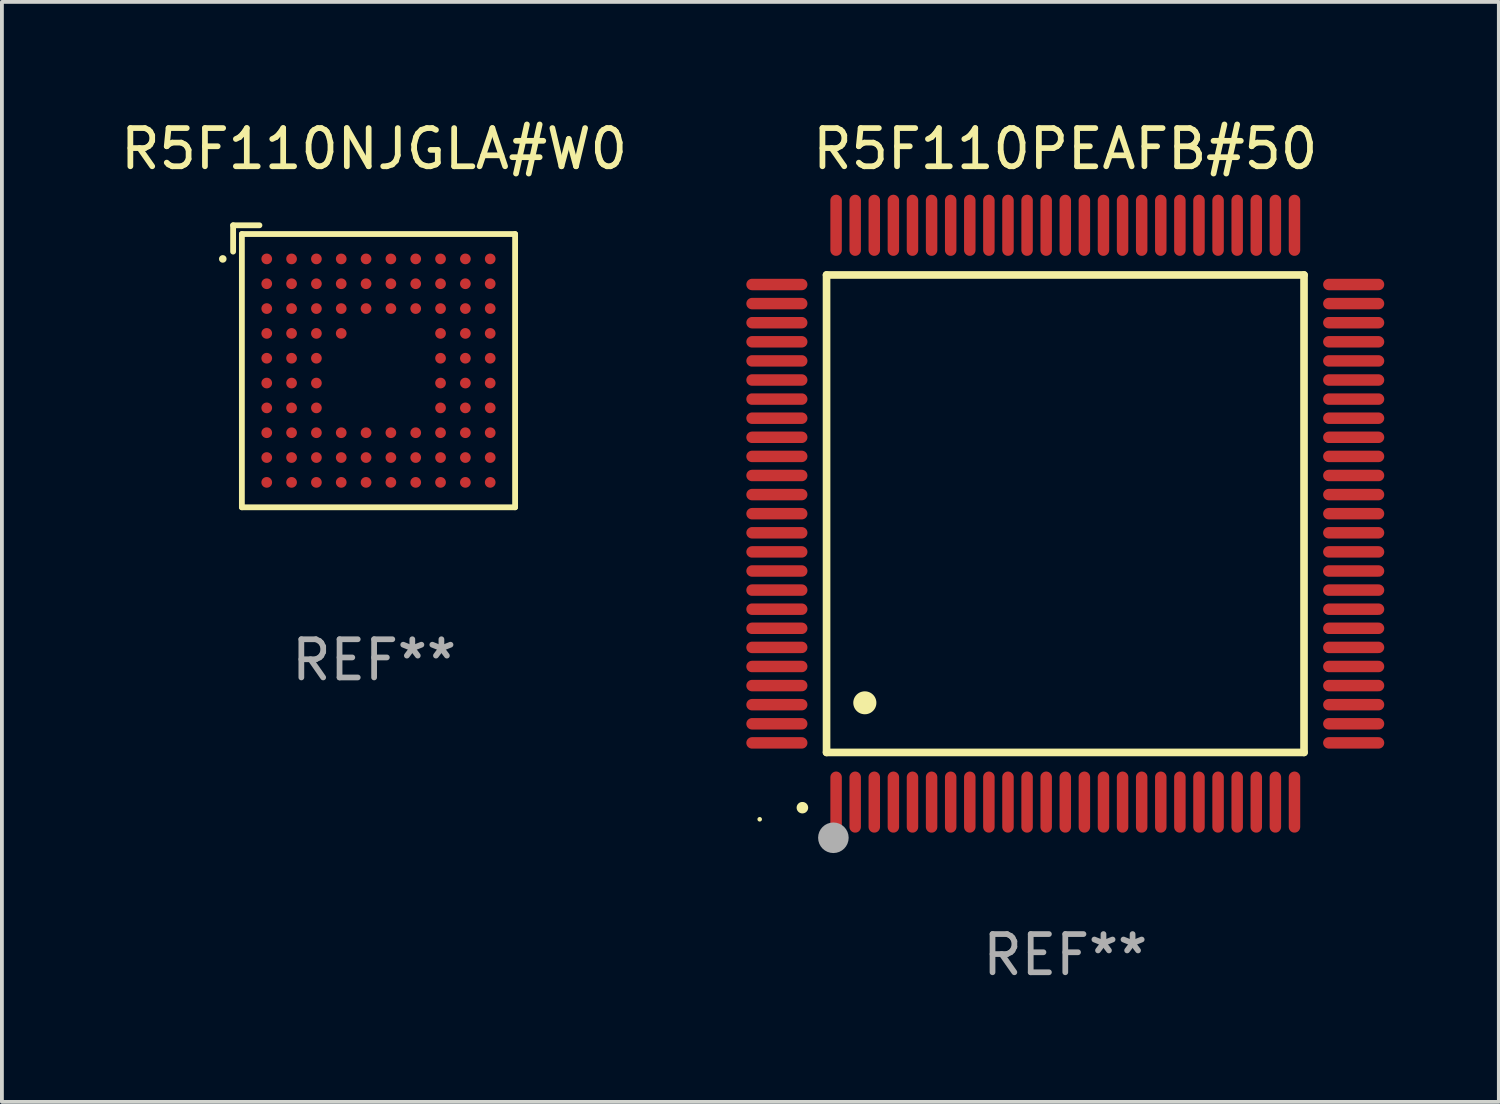
<source format=kicad_pcb>
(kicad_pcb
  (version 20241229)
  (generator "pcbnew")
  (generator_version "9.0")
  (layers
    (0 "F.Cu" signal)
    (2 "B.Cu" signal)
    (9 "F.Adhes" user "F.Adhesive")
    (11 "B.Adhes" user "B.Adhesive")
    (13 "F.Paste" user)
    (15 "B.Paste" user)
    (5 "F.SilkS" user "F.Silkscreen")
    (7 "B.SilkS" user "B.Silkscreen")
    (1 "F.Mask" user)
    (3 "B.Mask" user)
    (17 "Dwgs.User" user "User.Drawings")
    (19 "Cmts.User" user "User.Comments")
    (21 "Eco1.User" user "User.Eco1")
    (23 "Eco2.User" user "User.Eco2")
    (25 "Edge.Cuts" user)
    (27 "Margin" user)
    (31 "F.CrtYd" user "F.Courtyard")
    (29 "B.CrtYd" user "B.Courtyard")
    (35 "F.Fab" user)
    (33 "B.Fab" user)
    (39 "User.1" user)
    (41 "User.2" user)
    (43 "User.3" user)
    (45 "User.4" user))
  (footprint "R5F110PEAFB#50"
    (layer "F.Cu")
    (at 24.838 10.398)
    (property "Reference" "R5F110PEAFB#50" (at 0 -9.55 0) (layer "F.SilkS") (effects (font (size 1 1) (thickness 0.15))))
    (attr through_hole)
    (fp_line (start -6.25 -6.25) (end -6.25 6.25) (stroke (width 0.2) (type solid)) (layer "F.SilkS"))
    (fp_line (start -6.25 6.25) (end 6.25 6.25) (stroke (width 0.2) (type solid)) (layer "F.SilkS"))
    (fp_line (start 6.25 -6.25) (end -6.25 -6.25) (stroke (width 0.2) (type solid)) (layer "F.SilkS"))
    (fp_line (start 6.25 6.25) (end 6.25 -6.25) (stroke (width 0.2) (type solid)) (layer "F.SilkS"))
    (fp_arc (start -6.883414 7.696215) (mid -6.882144 7.69621) (end -6.880874 7.696215) (stroke (width 0.3) (type solid)) (layer "F.SilkS"))
    (fp_arc (start -5.250191 4.95047) (mid -5.247651 4.950459) (end -5.245111 4.95047) (stroke (width 0.6) (type solid)) (layer "F.SilkS"))
    (fp_circle (center -8 8) (end -7.97 8) (stroke (width 0.06) (type solid)) (fill no) (layer "F.SilkS"))
    (fp_circle (center -6.071 8.484) (end -5.871 8.484) (stroke (width 0.4) (type solid)) (fill no) (layer "F.Fab"))
    (fp_text user "REF**" (at 0 11.55 0) (layer "F.Fab") (effects (font (size 1 1) (thickness 0.15))))
    (pad "1" smd oval (at -6 7.55) (size 0.3 1.6) (layers "F.Cu" "F.Mask" "F.Paste"))
    (pad "2" smd oval (at -5.5 7.55) (size 0.3 1.6) (layers "F.Cu" "F.Mask" "F.Paste"))
    (pad "3" smd oval (at -5 7.55) (size 0.3 1.6) (layers "F.Cu" "F.Mask" "F.Paste"))
    (pad "4" smd oval (at -4.5 7.55) (size 0.3 1.6) (layers "F.Cu" "F.Mask" "F.Paste"))
    (pad "5" smd oval (at -4 7.55) (size 0.3 1.6) (layers "F.Cu" "F.Mask" "F.Paste"))
    (pad "6" smd oval (at -3.5 7.55) (size 0.3 1.6) (layers "F.Cu" "F.Mask" "F.Paste"))
    (pad "7" smd oval (at -3 7.55) (size 0.3 1.6) (layers "F.Cu" "F.Mask" "F.Paste"))
    (pad "8" smd oval (at -2.5 7.55) (size 0.3 1.6) (layers "F.Cu" "F.Mask" "F.Paste"))
    (pad "9" smd oval (at -2 7.55) (size 0.3 1.6) (layers "F.Cu" "F.Mask" "F.Paste"))
    (pad "10" smd oval (at -1.5 7.55) (size 0.3 1.6) (layers "F.Cu" "F.Mask" "F.Paste"))
    (pad "11" smd oval (at -1 7.55) (size 0.3 1.6) (layers "F.Cu" "F.Mask" "F.Paste"))
    (pad "12" smd oval (at -0.5 7.55) (size 0.3 1.6) (layers "F.Cu" "F.Mask" "F.Paste"))
    (pad "13" smd oval (at 0 7.55) (size 0.3 1.6) (layers "F.Cu" "F.Mask" "F.Paste"))
    (pad "14" smd oval (at 0.5 7.55) (size 0.3 1.6) (layers "F.Cu" "F.Mask" "F.Paste"))
    (pad "15" smd oval (at 1 7.55) (size 0.3 1.6) (layers "F.Cu" "F.Mask" "F.Paste"))
    (pad "16" smd oval (at 1.5 7.55) (size 0.3 1.6) (layers "F.Cu" "F.Mask" "F.Paste"))
    (pad "17" smd oval (at 2 7.55) (size 0.3 1.6) (layers "F.Cu" "F.Mask" "F.Paste"))
    (pad "18" smd oval (at 2.5 7.55) (size 0.3 1.6) (layers "F.Cu" "F.Mask" "F.Paste"))
    (pad "19" smd oval (at 3 7.55) (size 0.3 1.6) (layers "F.Cu" "F.Mask" "F.Paste"))
    (pad "20" smd oval (at 3.5 7.55) (size 0.3 1.6) (layers "F.Cu" "F.Mask" "F.Paste"))
    (pad "21" smd oval (at 4 7.55) (size 0.3 1.6) (layers "F.Cu" "F.Mask" "F.Paste"))
    (pad "22" smd oval (at 4.5 7.55) (size 0.3 1.6) (layers "F.Cu" "F.Mask" "F.Paste"))
    (pad "23" smd oval (at 5 7.55) (size 0.3 1.6) (layers "F.Cu" "F.Mask" "F.Paste"))
    (pad "24" smd oval (at 5.5 7.55) (size 0.3 1.6) (layers "F.Cu" "F.Mask" "F.Paste"))
    (pad "25" smd oval (at 6 7.55) (size 0.3 1.6) (layers "F.Cu" "F.Mask" "F.Paste"))
    (pad "26" smd oval (at 7.55 6) (size 1.6 0.3) (layers "F.Cu" "F.Mask" "F.Paste"))
    (pad "27" smd oval (at 7.55 5.5) (size 1.6 0.3) (layers "F.Cu" "F.Mask" "F.Paste"))
    (pad "28" smd oval (at 7.55 5) (size 1.6 0.3) (layers "F.Cu" "F.Mask" "F.Paste"))
    (pad "29" smd oval (at 7.55 4.5) (size 1.6 0.3) (layers "F.Cu" "F.Mask" "F.Paste"))
    (pad "30" smd oval (at 7.55 4) (size 1.6 0.3) (layers "F.Cu" "F.Mask" "F.Paste"))
    (pad "31" smd oval (at 7.55 3.5) (size 1.6 0.3) (layers "F.Cu" "F.Mask" "F.Paste"))
    (pad "32" smd oval (at 7.55 3) (size 1.6 0.3) (layers "F.Cu" "F.Mask" "F.Paste"))
    (pad "33" smd oval (at 7.55 2.5) (size 1.6 0.3) (layers "F.Cu" "F.Mask" "F.Paste"))
    (pad "34" smd oval (at 7.55 2) (size 1.6 0.3) (layers "F.Cu" "F.Mask" "F.Paste"))
    (pad "35" smd oval (at 7.55 1.5) (size 1.6 0.3) (layers "F.Cu" "F.Mask" "F.Paste"))
    (pad "36" smd oval (at 7.55 1) (size 1.6 0.3) (layers "F.Cu" "F.Mask" "F.Paste"))
    (pad "37" smd oval (at 7.55 0.5) (size 1.6 0.3) (layers "F.Cu" "F.Mask" "F.Paste"))
    (pad "38" smd oval (at 7.55 0) (size 1.6 0.3) (layers "F.Cu" "F.Mask" "F.Paste"))
    (pad "39" smd oval (at 7.55 -0.5) (size 1.6 0.3) (layers "F.Cu" "F.Mask" "F.Paste"))
    (pad "40" smd oval (at 7.55 -1) (size 1.6 0.3) (layers "F.Cu" "F.Mask" "F.Paste"))
    (pad "41" smd oval (at 7.55 -1.5) (size 1.6 0.3) (layers "F.Cu" "F.Mask" "F.Paste"))
    (pad "42" smd oval (at 7.55 -2) (size 1.6 0.3) (layers "F.Cu" "F.Mask" "F.Paste"))
    (pad "43" smd oval (at 7.55 -2.5) (size 1.6 0.3) (layers "F.Cu" "F.Mask" "F.Paste"))
    (pad "44" smd oval (at 7.55 -3) (size 1.6 0.3) (layers "F.Cu" "F.Mask" "F.Paste"))
    (pad "45" smd oval (at 7.55 -3.5) (size 1.6 0.3) (layers "F.Cu" "F.Mask" "F.Paste"))
    (pad "46" smd oval (at 7.55 -4) (size 1.6 0.3) (layers "F.Cu" "F.Mask" "F.Paste"))
    (pad "47" smd oval (at 7.55 -4.5) (size 1.6 0.3) (layers "F.Cu" "F.Mask" "F.Paste"))
    (pad "48" smd oval (at 7.55 -5) (size 1.6 0.3) (layers "F.Cu" "F.Mask" "F.Paste"))
    (pad "49" smd oval (at 7.55 -5.5) (size 1.6 0.3) (layers "F.Cu" "F.Mask" "F.Paste"))
    (pad "50" smd oval (at 7.55 -6) (size 1.6 0.3) (layers "F.Cu" "F.Mask" "F.Paste"))
    (pad "51" smd oval (at 6 -7.55) (size 0.3 1.6) (layers "F.Cu" "F.Mask" "F.Paste"))
    (pad "52" smd oval (at 5.5 -7.55) (size 0.3 1.6) (layers "F.Cu" "F.Mask" "F.Paste"))
    (pad "53" smd oval (at 5 -7.55) (size 0.3 1.6) (layers "F.Cu" "F.Mask" "F.Paste"))
    (pad "54" smd oval (at 4.5 -7.55) (size 0.3 1.6) (layers "F.Cu" "F.Mask" "F.Paste"))
    (pad "55" smd oval (at 4 -7.55) (size 0.3 1.6) (layers "F.Cu" "F.Mask" "F.Paste"))
    (pad "56" smd oval (at 3.5 -7.55) (size 0.3 1.6) (layers "F.Cu" "F.Mask" "F.Paste"))
    (pad "57" smd oval (at 3 -7.55) (size 0.3 1.6) (layers "F.Cu" "F.Mask" "F.Paste"))
    (pad "58" smd oval (at 2.5 -7.55) (size 0.3 1.6) (layers "F.Cu" "F.Mask" "F.Paste"))
    (pad "59" smd oval (at 2 -7.55) (size 0.3 1.6) (layers "F.Cu" "F.Mask" "F.Paste"))
    (pad "60" smd oval (at 1.5 -7.55) (size 0.3 1.6) (layers "F.Cu" "F.Mask" "F.Paste"))
    (pad "61" smd oval (at 1 -7.55) (size 0.3 1.6) (layers "F.Cu" "F.Mask" "F.Paste"))
    (pad "62" smd oval (at 0.5 -7.55) (size 0.3 1.6) (layers "F.Cu" "F.Mask" "F.Paste"))
    (pad "63" smd oval (at 0 -7.55) (size 0.3 1.6) (layers "F.Cu" "F.Mask" "F.Paste"))
    (pad "64" smd oval (at -0.5 -7.55) (size 0.3 1.6) (layers "F.Cu" "F.Mask" "F.Paste"))
    (pad "65" smd oval (at -1 -7.55) (size 0.3 1.6) (layers "F.Cu" "F.Mask" "F.Paste"))
    (pad "66" smd oval (at -1.5 -7.55) (size 0.3 1.6) (layers "F.Cu" "F.Mask" "F.Paste"))
    (pad "67" smd oval (at -2 -7.55) (size 0.3 1.6) (layers "F.Cu" "F.Mask" "F.Paste"))
    (pad "68" smd oval (at -2.5 -7.55) (size 0.3 1.6) (layers "F.Cu" "F.Mask" "F.Paste"))
    (pad "69" smd oval (at -3 -7.55) (size 0.3 1.6) (layers "F.Cu" "F.Mask" "F.Paste"))
    (pad "70" smd oval (at -3.5 -7.55) (size 0.3 1.6) (layers "F.Cu" "F.Mask" "F.Paste"))
    (pad "71" smd oval (at -4 -7.55) (size 0.3 1.6) (layers "F.Cu" "F.Mask" "F.Paste"))
    (pad "72" smd oval (at -4.5 -7.55) (size 0.3 1.6) (layers "F.Cu" "F.Mask" "F.Paste"))
    (pad "73" smd oval (at -5 -7.55) (size 0.3 1.6) (layers "F.Cu" "F.Mask" "F.Paste"))
    (pad "74" smd oval (at -5.5 -7.55) (size 0.3 1.6) (layers "F.Cu" "F.Mask" "F.Paste"))
    (pad "75" smd oval (at -6 -7.55) (size 0.3 1.6) (layers "F.Cu" "F.Mask" "F.Paste"))
    (pad "76" smd oval (at -7.55 -6) (size 1.6 0.3) (layers "F.Cu" "F.Mask" "F.Paste"))
    (pad "77" smd oval (at -7.55 -5.5) (size 1.6 0.3) (layers "F.Cu" "F.Mask" "F.Paste"))
    (pad "78" smd oval (at -7.55 -5) (size 1.6 0.3) (layers "F.Cu" "F.Mask" "F.Paste"))
    (pad "79" smd oval (at -7.55 -4.5) (size 1.6 0.3) (layers "F.Cu" "F.Mask" "F.Paste"))
    (pad "80" smd oval (at -7.55 -4) (size 1.6 0.3) (layers "F.Cu" "F.Mask" "F.Paste"))
    (pad "81" smd oval (at -7.55 -3.5) (size 1.6 0.3) (layers "F.Cu" "F.Mask" "F.Paste"))
    (pad "82" smd oval (at -7.55 -3) (size 1.6 0.3) (layers "F.Cu" "F.Mask" "F.Paste"))
    (pad "83" smd oval (at -7.55 -2.5) (size 1.6 0.3) (layers "F.Cu" "F.Mask" "F.Paste"))
    (pad "84" smd oval (at -7.55 -2) (size 1.6 0.3) (layers "F.Cu" "F.Mask" "F.Paste"))
    (pad "85" smd oval (at -7.55 -1.5) (size 1.6 0.3) (layers "F.Cu" "F.Mask" "F.Paste"))
    (pad "86" smd oval (at -7.55 -1) (size 1.6 0.3) (layers "F.Cu" "F.Mask" "F.Paste"))
    (pad "87" smd oval (at -7.55 -0.5) (size 1.6 0.3) (layers "F.Cu" "F.Mask" "F.Paste"))
    (pad "88" smd oval (at -7.55 0) (size 1.6 0.3) (layers "F.Cu" "F.Mask" "F.Paste"))
    (pad "89" smd oval (at -7.55 0.5) (size 1.6 0.3) (layers "F.Cu" "F.Mask" "F.Paste"))
    (pad "90" smd oval (at -7.55 1) (size 1.6 0.3) (layers "F.Cu" "F.Mask" "F.Paste"))
    (pad "91" smd oval (at -7.55 1.5) (size 1.6 0.3) (layers "F.Cu" "F.Mask" "F.Paste"))
    (pad "92" smd oval (at -7.55 2) (size 1.6 0.3) (layers "F.Cu" "F.Mask" "F.Paste"))
    (pad "93" smd oval (at -7.55 2.5) (size 1.6 0.3) (layers "F.Cu" "F.Mask" "F.Paste"))
    (pad "94" smd oval (at -7.55 3) (size 1.6 0.3) (layers "F.Cu" "F.Mask" "F.Paste"))
    (pad "95" smd oval (at -7.55 3.5) (size 1.6 0.3) (layers "F.Cu" "F.Mask" "F.Paste"))
    (pad "96" smd oval (at -7.55 4) (size 1.6 0.3) (layers "F.Cu" "F.Mask" "F.Paste"))
    (pad "97" smd oval (at -7.55 4.5) (size 1.6 0.3) (layers "F.Cu" "F.Mask" "F.Paste"))
    (pad "98" smd oval (at -7.55 5) (size 1.6 0.3) (layers "F.Cu" "F.Mask" "F.Paste"))
    (pad "99" smd oval (at -7.55 5.5) (size 1.6 0.3) (layers "F.Cu" "F.Mask" "F.Paste"))
    (pad "100" smd oval (at -7.55 6) (size 1.6 0.3) (layers "F.Cu" "F.Mask" "F.Paste")))
  (footprint "R5F110NJGLA#W0"
    (layer "F.Cu")
    (at 6.744 6.539)
    (property "Reference" "R5F110NJGLA#W0" (at 0 -5.691 0) (layer "F.SilkS") (effects (font (size 1 1) (thickness 0.15))))
    (attr through_hole)
    (fp_line (start -3.691 -3.691) (end -3.002 -3.691) (stroke (width 0.152) (type solid)) (layer "F.SilkS"))
    (fp_line (start -3.691 -3.002) (end -3.691 -3.691) (stroke (width 0.152) (type solid)) (layer "F.SilkS"))
    (fp_line (start -3.462 -3.462) (end 3.691 -3.462) (stroke (width 0.152) (type solid)) (layer "F.SilkS"))
    (fp_line (start -3.462 3.691) (end -3.462 -3.462) (stroke (width 0.152) (type solid)) (layer "F.SilkS"))
    (fp_line (start 3.691 -3.462) (end 3.691 3.691) (stroke (width 0.152) (type solid)) (layer "F.SilkS"))
    (fp_line (start 3.691 3.691) (end -3.462 3.691) (stroke (width 0.152) (type solid)) (layer "F.SilkS"))
    (fp_circle (center -3.962 -2.811) (end -3.912 -2.811) (stroke (width 0.1) (type solid)) (fill no) (layer "F.SilkS"))
    (fp_text user "REF**" (at 0 7.691 0) (layer "F.Fab") (effects (font (size 1 1) (thickness 0.15))))
    (pad "A1" smd circle (at -2.811 -2.811) (size 0.28 0.28) (layers "F.Cu" "F.Mask" "F.Paste"))
    (pad "A2" smd circle (at -2.161 -2.811) (size 0.28 0.28) (layers "F.Cu" "F.Mask" "F.Paste"))
    (pad "A3" smd circle (at -1.511 -2.811) (size 0.28 0.28) (layers "F.Cu" "F.Mask" "F.Paste"))
    (pad "A4" smd circle (at -0.861 -2.811) (size 0.28 0.28) (layers "F.Cu" "F.Mask" "F.Paste"))
    (pad "A5" smd circle (at -0.211 -2.811) (size 0.28 0.28) (layers "F.Cu" "F.Mask" "F.Paste"))
    (pad "A6" smd circle (at 0.439 -2.811) (size 0.28 0.28) (layers "F.Cu" "F.Mask" "F.Paste"))
    (pad "A7" smd circle (at 1.089 -2.811) (size 0.28 0.28) (layers "F.Cu" "F.Mask" "F.Paste"))
    (pad "A8" smd circle (at 1.739 -2.811) (size 0.28 0.28) (layers "F.Cu" "F.Mask" "F.Paste"))
    (pad "A9" smd circle (at 2.389 -2.811) (size 0.28 0.28) (layers "F.Cu" "F.Mask" "F.Paste"))
    (pad "A10" smd circle (at 3.039 -2.811) (size 0.28 0.28) (layers "F.Cu" "F.Mask" "F.Paste"))
    (pad "B1" smd circle (at -2.811 -2.161) (size 0.28 0.28) (layers "F.Cu" "F.Mask" "F.Paste"))
    (pad "B2" smd circle (at -2.161 -2.161) (size 0.28 0.28) (layers "F.Cu" "F.Mask" "F.Paste"))
    (pad "B3" smd circle (at -1.511 -2.161) (size 0.28 0.28) (layers "F.Cu" "F.Mask" "F.Paste"))
    (pad "B4" smd circle (at -0.861 -2.161) (size 0.28 0.28) (layers "F.Cu" "F.Mask" "F.Paste"))
    (pad "B5" smd circle (at -0.211 -2.161) (size 0.28 0.28) (layers "F.Cu" "F.Mask" "F.Paste"))
    (pad "B6" smd circle (at 0.439 -2.161) (size 0.28 0.28) (layers "F.Cu" "F.Mask" "F.Paste"))
    (pad "B7" smd circle (at 1.089 -2.161) (size 0.28 0.28) (layers "F.Cu" "F.Mask" "F.Paste"))
    (pad "B8" smd circle (at 1.739 -2.161) (size 0.28 0.28) (layers "F.Cu" "F.Mask" "F.Paste"))
    (pad "B9" smd circle (at 2.389 -2.161) (size 0.28 0.28) (layers "F.Cu" "F.Mask" "F.Paste"))
    (pad "B10" smd circle (at 3.039 -2.161) (size 0.28 0.28) (layers "F.Cu" "F.Mask" "F.Paste"))
    (pad "C1" smd circle (at -2.811 -1.511) (size 0.28 0.28) (layers "F.Cu" "F.Mask" "F.Paste"))
    (pad "C2" smd circle (at -2.161 -1.511) (size 0.28 0.28) (layers "F.Cu" "F.Mask" "F.Paste"))
    (pad "C3" smd circle (at -1.511 -1.511) (size 0.28 0.28) (layers "F.Cu" "F.Mask" "F.Paste"))
    (pad "C4" smd circle (at -0.861 -1.511) (size 0.28 0.28) (layers "F.Cu" "F.Mask" "F.Paste"))
    (pad "C5" smd circle (at -0.211 -1.511) (size 0.28 0.28) (layers "F.Cu" "F.Mask" "F.Paste"))
    (pad "C6" smd circle (at 0.439 -1.511) (size 0.28 0.28) (layers "F.Cu" "F.Mask" "F.Paste"))
    (pad "C7" smd circle (at 1.089 -1.511) (size 0.28 0.28) (layers "F.Cu" "F.Mask" "F.Paste"))
    (pad "C8" smd circle (at 1.739 -1.511) (size 0.28 0.28) (layers "F.Cu" "F.Mask" "F.Paste"))
    (pad "C9" smd circle (at 2.389 -1.511) (size 0.28 0.28) (layers "F.Cu" "F.Mask" "F.Paste"))
    (pad "C10" smd circle (at 3.039 -1.511) (size 0.28 0.28) (layers "F.Cu" "F.Mask" "F.Paste"))
    (pad "D1" smd circle (at -2.811 -0.861) (size 0.28 0.28) (layers "F.Cu" "F.Mask" "F.Paste"))
    (pad "D2" smd circle (at -2.161 -0.861) (size 0.28 0.28) (layers "F.Cu" "F.Mask" "F.Paste"))
    (pad "D3" smd circle (at -1.511 -0.861) (size 0.28 0.28) (layers "F.Cu" "F.Mask" "F.Paste"))
    (pad "D4" smd circle (at -0.861 -0.861) (size 0.28 0.28) (layers "F.Cu" "F.Mask" "F.Paste"))
    (pad "D8" smd circle (at 1.739 -0.861) (size 0.28 0.28) (layers "F.Cu" "F.Mask" "F.Paste"))
    (pad "D9" smd circle (at 2.389 -0.861) (size 0.28 0.28) (layers "F.Cu" "F.Mask" "F.Paste"))
    (pad "D10" smd circle (at 3.039 -0.861) (size 0.28 0.28) (layers "F.Cu" "F.Mask" "F.Paste"))
    (pad "E1" smd circle (at -2.811 -0.211) (size 0.28 0.28) (layers "F.Cu" "F.Mask" "F.Paste"))
    (pad "E2" smd circle (at -2.161 -0.211) (size 0.28 0.28) (layers "F.Cu" "F.Mask" "F.Paste"))
    (pad "E3" smd circle (at -1.511 -0.211) (size 0.28 0.28) (layers "F.Cu" "F.Mask" "F.Paste"))
    (pad "E8" smd circle (at 1.739 -0.211) (size 0.28 0.28) (layers "F.Cu" "F.Mask" "F.Paste"))
    (pad "E9" smd circle (at 2.389 -0.211) (size 0.28 0.28) (layers "F.Cu" "F.Mask" "F.Paste"))
    (pad "E10" smd circle (at 3.039 -0.211) (size 0.28 0.28) (layers "F.Cu" "F.Mask" "F.Paste"))
    (pad "F1" smd circle (at -2.811 0.439) (size 0.28 0.28) (layers "F.Cu" "F.Mask" "F.Paste"))
    (pad "F2" smd circle (at -2.161 0.439) (size 0.28 0.28) (layers "F.Cu" "F.Mask" "F.Paste"))
    (pad "F3" smd circle (at -1.511 0.439) (size 0.28 0.28) (layers "F.Cu" "F.Mask" "F.Paste"))
    (pad "F8" smd circle (at 1.739 0.439) (size 0.28 0.28) (layers "F.Cu" "F.Mask" "F.Paste"))
    (pad "F9" smd circle (at 2.389 0.439) (size 0.28 0.28) (layers "F.Cu" "F.Mask" "F.Paste"))
    (pad "F10" smd circle (at 3.039 0.439) (size 0.28 0.28) (layers "F.Cu" "F.Mask" "F.Paste"))
    (pad "G1" smd circle (at -2.811 1.089) (size 0.28 0.28) (layers "F.Cu" "F.Mask" "F.Paste"))
    (pad "G2" smd circle (at -2.161 1.089) (size 0.28 0.28) (layers "F.Cu" "F.Mask" "F.Paste"))
    (pad "G3" smd circle (at -1.511 1.089) (size 0.28 0.28) (layers "F.Cu" "F.Mask" "F.Paste"))
    (pad "G8" smd circle (at 1.739 1.089) (size 0.28 0.28) (layers "F.Cu" "F.Mask" "F.Paste"))
    (pad "G9" smd circle (at 2.389 1.089) (size 0.28 0.28) (layers "F.Cu" "F.Mask" "F.Paste"))
    (pad "G10" smd circle (at 3.039 1.089) (size 0.28 0.28) (layers "F.Cu" "F.Mask" "F.Paste"))
    (pad "H1" smd circle (at -2.811 1.739) (size 0.28 0.28) (layers "F.Cu" "F.Mask" "F.Paste"))
    (pad "H2" smd circle (at -2.161 1.739) (size 0.28 0.28) (layers "F.Cu" "F.Mask" "F.Paste"))
    (pad "H3" smd circle (at -1.511 1.739) (size 0.28 0.28) (layers "F.Cu" "F.Mask" "F.Paste"))
    (pad "H4" smd circle (at -0.861 1.739) (size 0.28 0.28) (layers "F.Cu" "F.Mask" "F.Paste"))
    (pad "H5" smd circle (at -0.211 1.739) (size 0.28 0.28) (layers "F.Cu" "F.Mask" "F.Paste"))
    (pad "H6" smd circle (at 0.439 1.739) (size 0.28 0.28) (layers "F.Cu" "F.Mask" "F.Paste"))
    (pad "H7" smd circle (at 1.089 1.739) (size 0.28 0.28) (layers "F.Cu" "F.Mask" "F.Paste"))
    (pad "H8" smd circle (at 1.739 1.739) (size 0.28 0.28) (layers "F.Cu" "F.Mask" "F.Paste"))
    (pad "H9" smd circle (at 2.389 1.739) (size 0.28 0.28) (layers "F.Cu" "F.Mask" "F.Paste"))
    (pad "H10" smd circle (at 3.039 1.739) (size 0.28 0.28) (layers "F.Cu" "F.Mask" "F.Paste"))
    (pad "J1" smd circle (at -2.811 2.389) (size 0.28 0.28) (layers "F.Cu" "F.Mask" "F.Paste"))
    (pad "J2" smd circle (at -2.161 2.389) (size 0.28 0.28) (layers "F.Cu" "F.Mask" "F.Paste"))
    (pad "J3" smd circle (at -1.511 2.389) (size 0.28 0.28) (layers "F.Cu" "F.Mask" "F.Paste"))
    (pad "J4" smd circle (at -0.861 2.389) (size 0.28 0.28) (layers "F.Cu" "F.Mask" "F.Paste"))
    (pad "J5" smd circle (at -0.211 2.389) (size 0.28 0.28) (layers "F.Cu" "F.Mask" "F.Paste"))
    (pad "J6" smd circle (at 0.439 2.389) (size 0.28 0.28) (layers "F.Cu" "F.Mask" "F.Paste"))
    (pad "J7" smd circle (at 1.089 2.389) (size 0.28 0.28) (layers "F.Cu" "F.Mask" "F.Paste"))
    (pad "J8" smd circle (at 1.739 2.389) (size 0.28 0.28) (layers "F.Cu" "F.Mask" "F.Paste"))
    (pad "J9" smd circle (at 2.389 2.389) (size 0.28 0.28) (layers "F.Cu" "F.Mask" "F.Paste"))
    (pad "J10" smd circle (at 3.039 2.389) (size 0.28 0.28) (layers "F.Cu" "F.Mask" "F.Paste"))
    (pad "K1" smd circle (at -2.811 3.039) (size 0.28 0.28) (layers "F.Cu" "F.Mask" "F.Paste"))
    (pad "K2" smd circle (at -2.161 3.039) (size 0.28 0.28) (layers "F.Cu" "F.Mask" "F.Paste"))
    (pad "K3" smd circle (at -1.511 3.039) (size 0.28 0.28) (layers "F.Cu" "F.Mask" "F.Paste"))
    (pad "K4" smd circle (at -0.861 3.039) (size 0.28 0.28) (layers "F.Cu" "F.Mask" "F.Paste"))
    (pad "K5" smd circle (at -0.211 3.039) (size 0.28 0.28) (layers "F.Cu" "F.Mask" "F.Paste"))
    (pad "K6" smd circle (at 0.439 3.039) (size 0.28 0.28) (layers "F.Cu" "F.Mask" "F.Paste"))
    (pad "K7" smd circle (at 1.089 3.039) (size 0.28 0.28) (layers "F.Cu" "F.Mask" "F.Paste"))
    (pad "K8" smd circle (at 1.739 3.039) (size 0.28 0.28) (layers "F.Cu" "F.Mask" "F.Paste"))
    (pad "K9" smd circle (at 2.389 3.039) (size 0.28 0.28) (layers "F.Cu" "F.Mask" "F.Paste"))
    (pad "K10" smd circle (at 3.039 3.039) (size 0.28 0.28) (layers "F.Cu" "F.Mask" "F.Paste")))
  (gr_rect
    (start -3 -3)
    (end 36.188 25.796)
    (stroke (width 0.1) (type default))
    (fill no)
    (layer "Edge.Cuts")))
</source>
